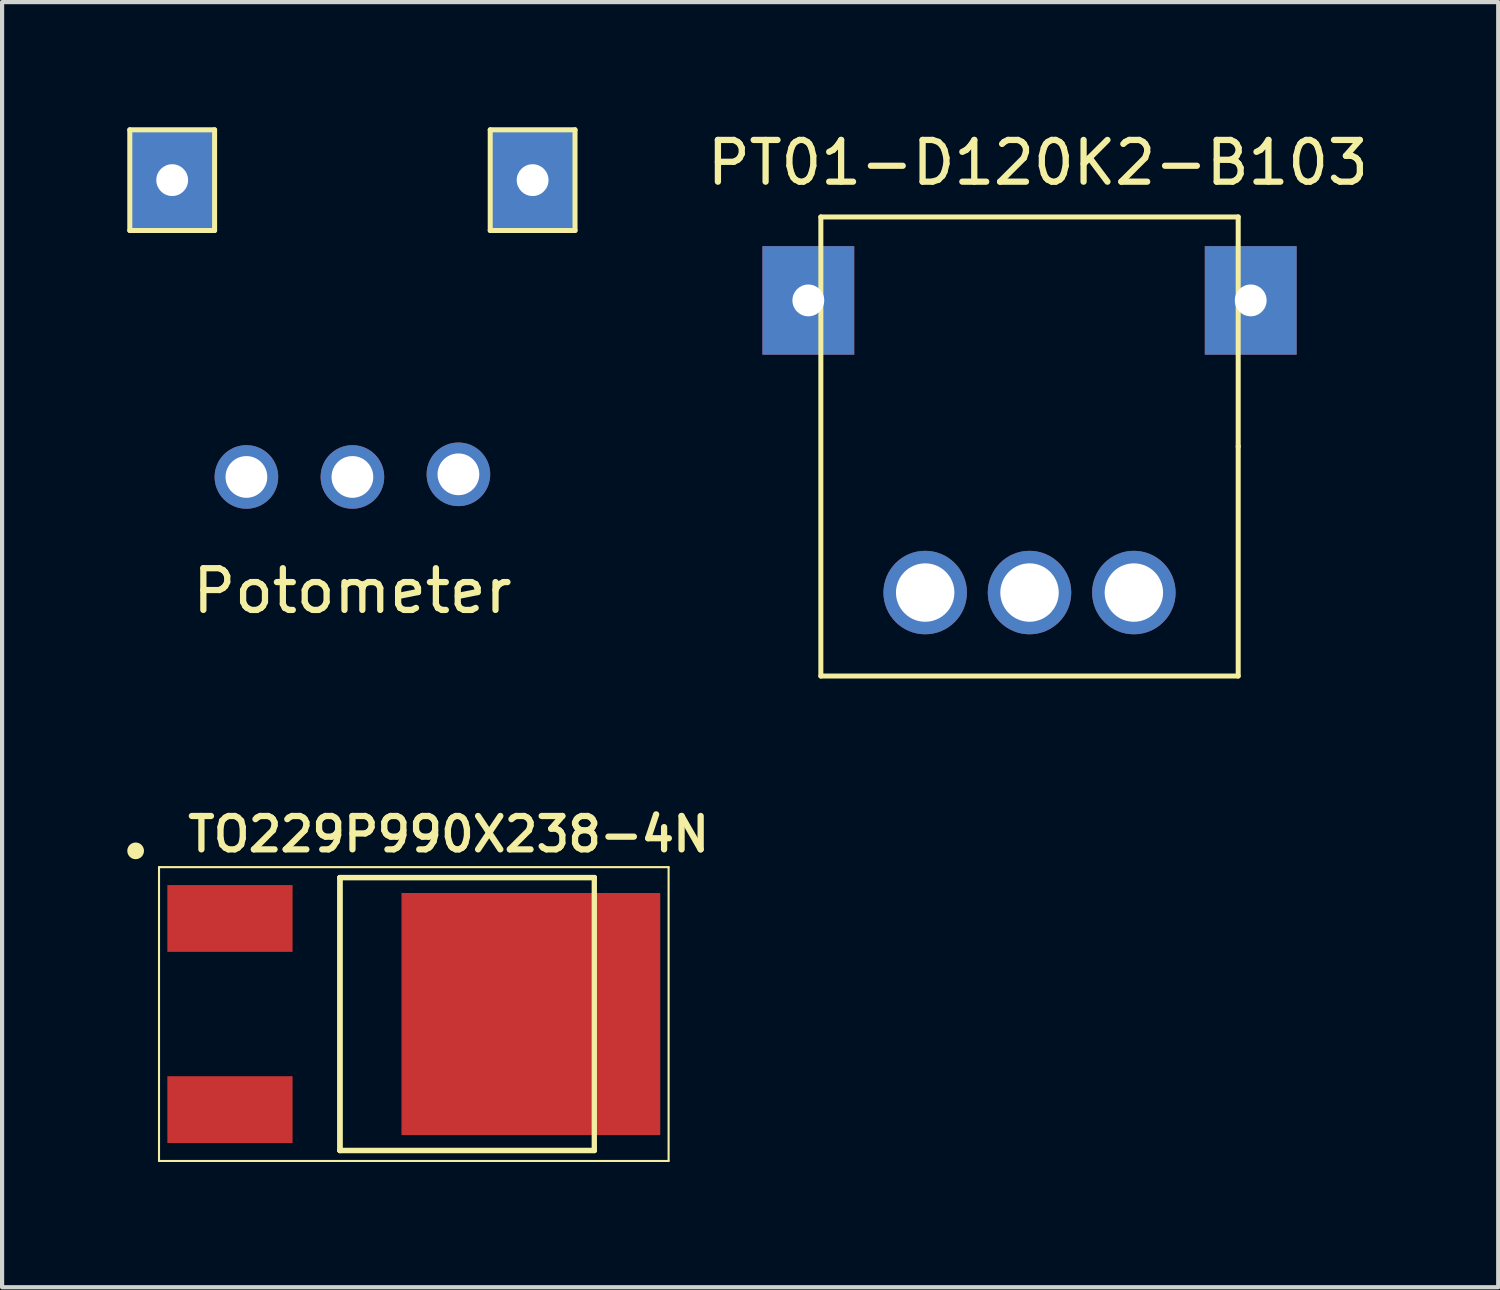
<source format=kicad_pcb>
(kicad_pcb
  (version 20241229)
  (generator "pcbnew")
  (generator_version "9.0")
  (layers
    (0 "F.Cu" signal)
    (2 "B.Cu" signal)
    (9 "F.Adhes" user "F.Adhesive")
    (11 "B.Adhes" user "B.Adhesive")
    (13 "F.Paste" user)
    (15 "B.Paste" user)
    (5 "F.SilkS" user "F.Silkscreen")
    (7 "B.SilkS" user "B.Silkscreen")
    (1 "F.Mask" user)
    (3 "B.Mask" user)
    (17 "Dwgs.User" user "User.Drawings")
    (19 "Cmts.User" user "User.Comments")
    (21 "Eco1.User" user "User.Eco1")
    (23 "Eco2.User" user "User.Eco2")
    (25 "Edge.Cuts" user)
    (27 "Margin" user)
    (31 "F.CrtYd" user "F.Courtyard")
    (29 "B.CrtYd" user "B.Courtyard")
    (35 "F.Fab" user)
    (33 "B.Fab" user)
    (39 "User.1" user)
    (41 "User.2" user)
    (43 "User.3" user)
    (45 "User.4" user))
  (footprint "Potometer"
    (layer "F.Cu")
    (at 5.394 4.759)
    (property "Reference" "Potometer" (at 0 6.35 0) (layer "F.SilkS") (effects (font (size 1 1) (thickness 0.15))))
    (attr through_hole)
    (fp_line (start -5.334 -4.699) (end -5.334 -2.286) (stroke (width 0.12) (type solid)) (layer "F.SilkS"))
    (fp_line (start -5.334 -2.286) (end -3.302 -2.286) (stroke (width 0.12) (type solid)) (layer "F.SilkS"))
    (fp_line (start -3.302 -4.699) (end -5.334 -4.699) (stroke (width 0.12) (type solid)) (layer "F.SilkS"))
    (fp_line (start -3.302 -2.286) (end -3.302 -4.699) (stroke (width 0.12) (type solid)) (layer "F.SilkS"))
    (fp_line (start 3.302 -4.699) (end 3.302 -2.286) (stroke (width 0.12) (type solid)) (layer "F.SilkS"))
    (fp_line (start 3.302 -2.286) (end 5.334 -2.286) (stroke (width 0.12) (type solid)) (layer "F.SilkS"))
    (fp_line (start 5.334 -4.699) (end 3.302 -4.699) (stroke (width 0.12) (type solid)) (layer "F.SilkS"))
    (fp_line (start 5.334 -2.286) (end 5.334 -4.699) (stroke (width 0.12) (type solid)) (layer "F.SilkS"))
    (pad "" np_thru_hole rect (at -4.318 -3.493) (size 2 2.4) (drill oval 0.762) (layers "*.Cu" "*.Mask"))
    (pad "" np_thru_hole rect (at 4.318 -3.493) (size 2 2.4) (drill oval 0.762) (layers "*.Cu" "*.Mask"))
    (pad "1" thru_hole circle (at -2.54 3.619) (size 1.524 1.524) (drill 1) (layers "*.Cu" "*.Mask"))
    (pad "1" thru_hole circle (at 0 3.619) (size 1.524 1.524) (drill 1) (layers "*.Cu" "*.Mask"))
    (pad "1" thru_hole circle (at 2.54 3.556) (size 1.524 1.524) (drill 1) (layers "*.Cu" "*.Mask")))
  (footprint "PT01-D120K2-B103"
    (layer "F.Cu")
    (at 21.618 7.648)
    (property "Reference" "PT01-D120K2-B103" (at 0.2 -6.8 0) (layer "F.SilkS") (effects (font (size 1 1) (thickness 0.15))))
    (attr through_hole)
    (fp_line (start -5 -5.5) (end 5 -5.5) (stroke (width 0.12) (type solid)) (layer "F.SilkS"))
    (fp_line (start -5 5.5) (end -5 -5.5) (stroke (width 0.12) (type solid)) (layer "F.SilkS"))
    (fp_line (start 5 -5.5) (end 5 0) (stroke (width 0.12) (type solid)) (layer "F.SilkS"))
    (fp_line (start 5 0) (end 5 5.5) (stroke (width 0.12) (type solid)) (layer "F.SilkS"))
    (fp_line (start 5 5.5) (end -5 5.5) (stroke (width 0.12) (type solid)) (layer "F.SilkS"))
    (pad "" np_thru_hole rect (at -5.3 -3.5) (size 2.2 2.6) (drill 0.762) (layers "*.Cu" "*.Mask"))
    (pad "" np_thru_hole rect (at 5.3 -3.5) (size 2.2 2.6) (drill 0.762) (layers "*.Cu" "*.Mask"))
    (pad "1" thru_hole circle (at -2.5 3.5) (size 2 2) (drill 1.4) (layers "*.Cu" "*.Mask"))
    (pad "2" thru_hole circle (at 0 3.5) (size 2 2) (drill 1.4) (layers "*.Cu" "*.Mask"))
    (pad "3" thru_hole circle (at 2.5 3.5) (size 2 2) (drill 1.4) (layers "*.Cu" "*.Mask")))
  (footprint "TO229P990X238-4N"
    (layer "F.Cu")
    (at 7.16 21.247)
    (property "Reference" "TO229P990X238-4N" (at 0.54 -4.308 0) (layer "F.SilkS") (effects (font (size 0.8 0.8) (thickness 0.15))))
    (attr through_hole)
    (fp_line (start -6.4 -3.52) (end -6.4 3.52) (stroke (width 0.05) (type solid)) (layer "F.SilkS"))
    (fp_line (start -6.4 3.52) (end 5.81 3.52) (stroke (width 0.05) (type solid)) (layer "F.SilkS"))
    (fp_line (start -2.065 -3.27) (end -2.065 3.27) (stroke (width 0.127) (type solid)) (layer "F.SilkS"))
    (fp_line (start -2.065 -3.27) (end -2.065 3.27) (stroke (width 0.127) (type solid)) (layer "F.SilkS"))
    (fp_line (start -2.065 3.27) (end 4.03 3.27) (stroke (width 0.127) (type solid)) (layer "F.SilkS"))
    (fp_line (start -2.065 3.27) (end 4.03 3.27) (stroke (width 0.127) (type solid)) (layer "F.SilkS"))
    (fp_line (start 4.03 -3.27) (end -2.065 -3.27) (stroke (width 0.127) (type solid)) (layer "F.SilkS"))
    (fp_line (start 4.03 -3.27) (end -2.065 -3.27) (stroke (width 0.127) (type solid)) (layer "F.SilkS"))
    (fp_line (start 4.03 3.27) (end 4.03 -3.27) (stroke (width 0.127) (type solid)) (layer "F.SilkS"))
    (fp_line (start 5.81 -3.52) (end -6.4 -3.52) (stroke (width 0.05) (type solid)) (layer "F.SilkS"))
    (fp_line (start 5.81 3.52) (end 5.81 -3.52) (stroke (width 0.05) (type solid)) (layer "F.SilkS"))
    (fp_circle (center -6.96 -3.91) (end -6.86 -3.91) (stroke (width 0.2) (type solid)) (fill no) (layer "F.SilkS"))
    (pad "1" smd rect (at -4.7 -2.29) (size 3 1.6) (layers "F.Cu" "F.Mask" "F.Paste"))
    (pad "3" smd rect (at -4.7 2.29) (size 3 1.6) (layers "F.Cu" "F.Mask" "F.Paste"))
    (pad "4" smd rect (at 2.51 0) (size 6.2 5.8) (layers "F.Cu" "F.Mask")))
  (gr_rect
    (start -3 -3)
    (end 32.848 27.793)
    (stroke (width 0.1) (type default))
    (fill no)
    (layer "Edge.Cuts")))
</source>
